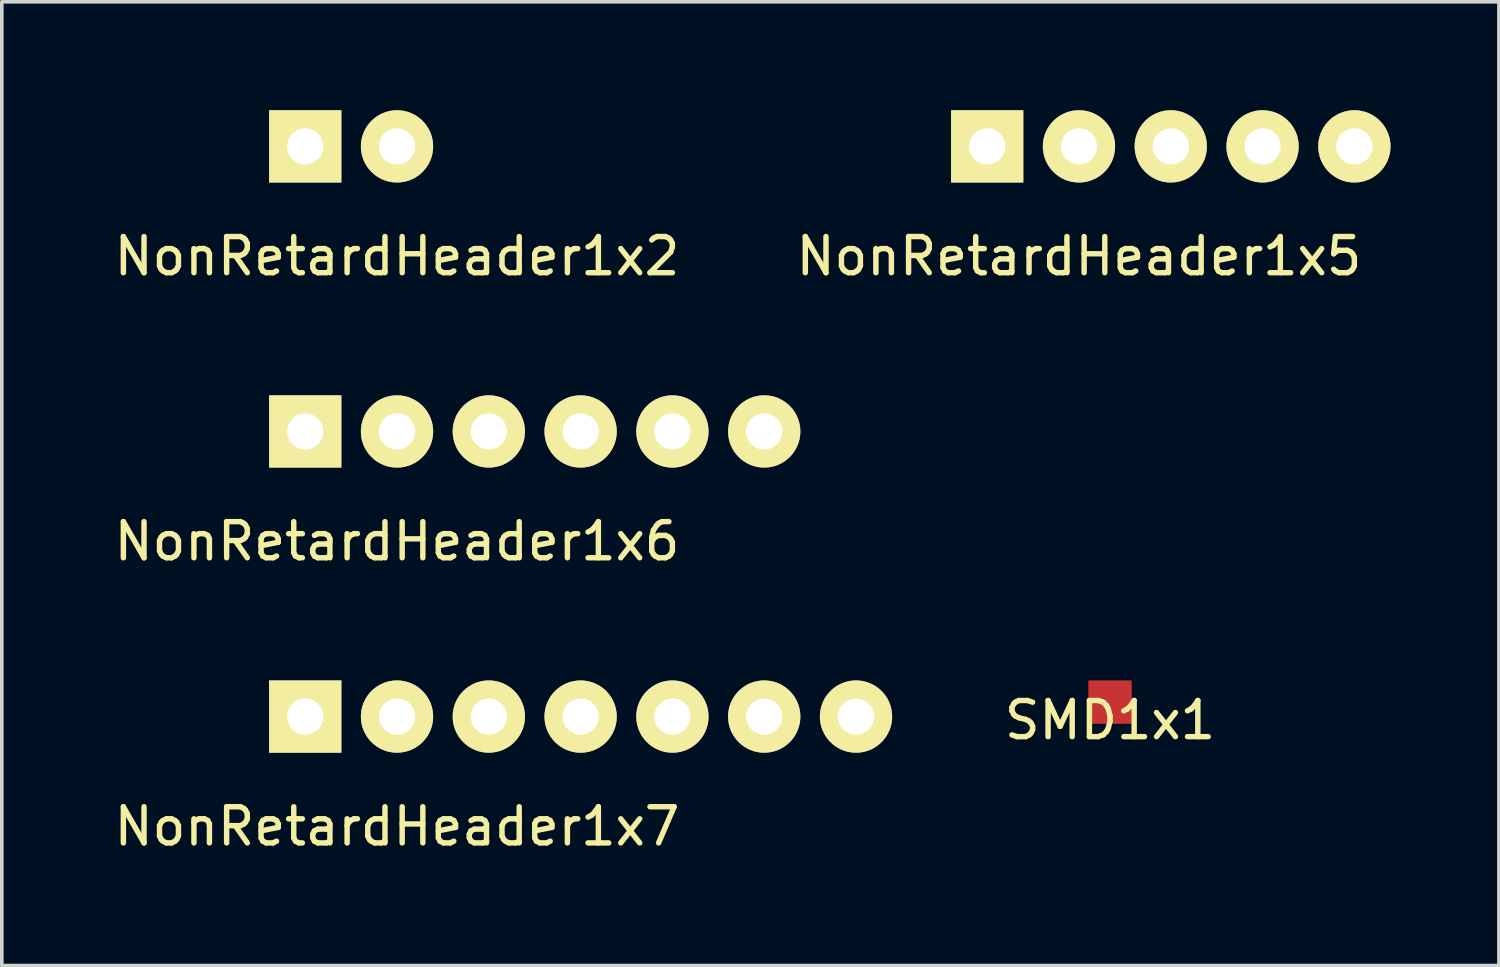
<source format=kicad_pcb>
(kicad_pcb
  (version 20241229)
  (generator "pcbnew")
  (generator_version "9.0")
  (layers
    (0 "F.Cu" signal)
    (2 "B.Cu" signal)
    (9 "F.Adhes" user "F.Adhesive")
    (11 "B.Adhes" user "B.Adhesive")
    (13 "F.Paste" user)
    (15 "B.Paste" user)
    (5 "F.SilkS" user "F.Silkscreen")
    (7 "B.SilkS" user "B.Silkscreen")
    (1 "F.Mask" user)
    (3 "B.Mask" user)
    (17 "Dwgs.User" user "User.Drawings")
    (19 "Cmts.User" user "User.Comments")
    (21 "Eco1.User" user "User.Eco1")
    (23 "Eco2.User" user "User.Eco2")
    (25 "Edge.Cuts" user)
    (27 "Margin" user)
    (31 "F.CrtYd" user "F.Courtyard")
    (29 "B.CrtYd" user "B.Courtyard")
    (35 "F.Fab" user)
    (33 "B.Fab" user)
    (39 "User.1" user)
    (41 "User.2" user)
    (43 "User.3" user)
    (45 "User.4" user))
  (footprint "NonRetardHeader1x6"
    (layer "F.Cu")
    (at 7.935 11.428)
    (property "Reference" "NonRetardHeader1x6" (at 0 0.5 0) (layer "F.SilkS") (effects (font (size 1 1) (thickness 0.15))))
    (attr through_hole)
    (pad "1" thru_hole rect (at -2.54 -2.54) (size 2 2) (drill 1) (layers "*.Cu" "*.Mask" "F.SilkS"))
    (pad "2" thru_hole circle (at 0 -2.54) (size 2 2) (drill 1) (layers "*.Cu" "*.Mask" "F.SilkS"))
    (pad "3" thru_hole circle (at 2.54 -2.54) (size 2 2) (drill 1) (layers "*.Cu" "*.Mask" "F.SilkS"))
    (pad "4" thru_hole circle (at 5.08 -2.54) (size 2 2) (drill 1) (layers "*.Cu" "*.Mask" "F.SilkS"))
    (pad "5" thru_hole circle (at 7.62 -2.54) (size 2 2) (drill 1) (layers "*.Cu" "*.Mask" "F.SilkS"))
    (pad "6" thru_hole circle (at 10.16 -2.54) (size 2 2) (drill 1) (layers "*.Cu" "*.Mask" "F.SilkS")))
  (footprint "NonRetardHeader1x2"
    (layer "F.Cu")
    (at 7.935 3.54)
    (property "Reference" "NonRetardHeader1x2" (at 0 0.5 0) (layer "F.SilkS") (effects (font (size 1 1) (thickness 0.15))))
    (attr through_hole)
    (pad "1" thru_hole rect (at -2.54 -2.54) (size 2 2) (drill 1) (layers "*.Cu" "*.Mask" "F.SilkS"))
    (pad "2" thru_hole circle (at 0 -2.54) (size 2 2) (drill 1) (layers "*.Cu" "*.Mask" "F.SilkS")))
  (footprint "NonRetardHeader1x5"
    (layer "F.Cu")
    (at 26.804 3.54)
    (property "Reference" "NonRetardHeader1x5" (at 0 0.5 0) (layer "F.SilkS") (effects (font (size 1 1) (thickness 0.15))))
    (attr through_hole)
    (pad "1" thru_hole rect (at -2.54 -2.54) (size 2 2) (drill 1) (layers "*.Cu" "*.Mask" "F.SilkS"))
    (pad "2" thru_hole circle (at 0 -2.54) (size 2 2) (drill 1) (layers "*.Cu" "*.Mask" "F.SilkS"))
    (pad "3" thru_hole circle (at 2.54 -2.54) (size 2 2) (drill 1) (layers "*.Cu" "*.Mask" "F.SilkS"))
    (pad "4" thru_hole circle (at 5.08 -2.54) (size 2 2) (drill 1) (layers "*.Cu" "*.Mask" "F.SilkS"))
    (pad "5" thru_hole circle (at 7.62 -2.54) (size 2 2) (drill 1) (layers "*.Cu" "*.Mask" "F.SilkS")))
  (footprint "SMD1x1"
    (layer "F.Cu")
    (at 27.664 16.377)
    (property "Reference" "SMD1x1" (at 0 0.5 0) (layer "F.SilkS") (effects (font (size 1 1) (thickness 0.15))))
    (attr through_hole)
    (pad "1" smd rect (at 0 0) (size 1.2 1.2) (layers "F.Cu" "F.Mask" "F.Paste")))
  (footprint "NonRetardHeader1x7"
    (layer "F.Cu")
    (at 7.935 19.317)
    (property "Reference" "NonRetardHeader1x7" (at 0 0.5 0) (layer "F.SilkS") (effects (font (size 1 1) (thickness 0.15))))
    (attr through_hole)
    (pad "1" thru_hole rect (at -2.54 -2.54) (size 2 2) (drill 1) (layers "*.Cu" "*.Mask" "F.SilkS"))
    (pad "2" thru_hole circle (at 0 -2.54) (size 2 2) (drill 1) (layers "*.Cu" "*.Mask" "F.SilkS"))
    (pad "3" thru_hole circle (at 2.54 -2.54) (size 2 2) (drill 1) (layers "*.Cu" "*.Mask" "F.SilkS"))
    (pad "4" thru_hole circle (at 5.08 -2.54) (size 2 2) (drill 1) (layers "*.Cu" "*.Mask" "F.SilkS"))
    (pad "5" thru_hole circle (at 7.62 -2.54) (size 2 2) (drill 1) (layers "*.Cu" "*.Mask" "F.SilkS"))
    (pad "6" thru_hole circle (at 10.16 -2.54) (size 2 2) (drill 1) (layers "*.Cu" "*.Mask" "F.SilkS"))
    (pad "7" thru_hole circle (at 12.7 -2.54) (size 2 2) (drill 1) (layers "*.Cu" "*.Mask" "F.SilkS")))
  (gr_rect
    (start -3 -3)
    (end 38.424 23.665)
    (stroke (width 0.1) (type default))
    (fill no)
    (layer "Edge.Cuts")))
</source>
